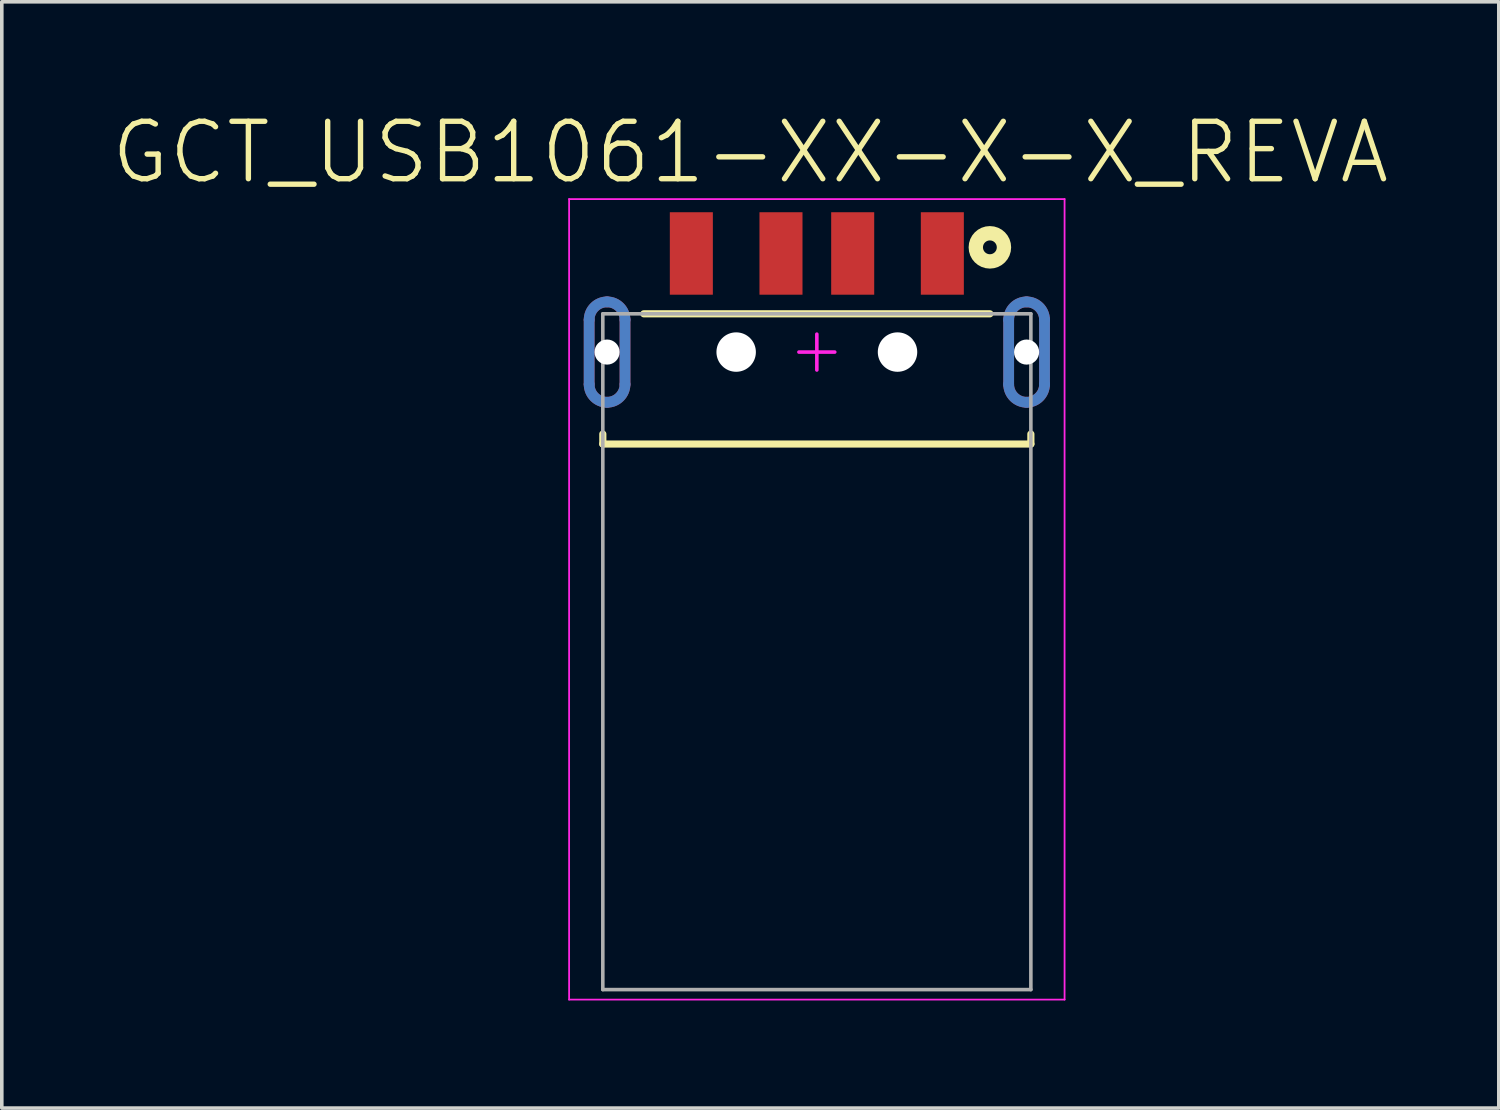
<source format=kicad_pcb>
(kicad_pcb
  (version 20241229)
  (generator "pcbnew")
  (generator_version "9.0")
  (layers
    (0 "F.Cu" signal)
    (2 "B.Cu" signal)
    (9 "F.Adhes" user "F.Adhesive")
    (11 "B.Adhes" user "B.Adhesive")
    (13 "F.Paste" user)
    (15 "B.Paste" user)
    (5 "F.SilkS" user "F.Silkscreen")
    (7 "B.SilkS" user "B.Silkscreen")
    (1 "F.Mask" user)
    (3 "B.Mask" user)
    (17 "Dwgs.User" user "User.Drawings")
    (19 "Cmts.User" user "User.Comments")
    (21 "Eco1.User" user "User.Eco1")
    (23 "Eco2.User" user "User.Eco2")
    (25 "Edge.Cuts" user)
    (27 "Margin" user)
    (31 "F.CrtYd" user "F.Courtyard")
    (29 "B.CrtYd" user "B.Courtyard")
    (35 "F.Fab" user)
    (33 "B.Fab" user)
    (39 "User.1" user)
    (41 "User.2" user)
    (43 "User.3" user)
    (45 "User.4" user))
  (footprint "GCT_USB1061-XX-X-X_REVA"
    (layer "F.Cu")
    (at 19.731 6.769)
    (property "Reference" "GCT_USB1061-XX-X-X_REVA" (at -1.856 -5.568 0) (layer "F.SilkS") (effects (font (size 1.602 1.602) (thickness 0.15))))
    (attr through_hole)
    (fp_line (start -6.35 0.9) (end -6.35 -0.9) (stroke (width 0.3) (type solid)) (layer "F.Cu"))
    (fp_line (start -5.35 -0.9) (end -5.35 0.9) (stroke (width 0.3) (type solid)) (layer "F.Cu"))
    (fp_line (start 5.35 0.9) (end 5.35 -0.9) (stroke (width 0.3) (type solid)) (layer "F.Cu"))
    (fp_line (start 6.35 -0.9) (end 6.35 0.9) (stroke (width 0.3) (type solid)) (layer "F.Cu"))
    (fp_arc (start -6.35 -0.9) (mid -6.203553 -1.253553) (end -5.85 -1.4) (stroke (width 0.3) (type solid)) (layer "F.Cu"))
    (fp_arc (start -5.85 -1.4) (mid -5.496447 -1.253553) (end -5.35 -0.9) (stroke (width 0.3) (type solid)) (layer "F.Cu"))
    (fp_arc (start -5.85 1.4) (mid -6.203553 1.253553) (end -6.35 0.9) (stroke (width 0.3) (type solid)) (layer "F.Cu"))
    (fp_arc (start -5.35 0.9) (mid -5.496447 1.253553) (end -5.85 1.4) (stroke (width 0.3) (type solid)) (layer "F.Cu"))
    (fp_arc (start 5.35 -0.9) (mid 5.496447 -1.253553) (end 5.85 -1.4) (stroke (width 0.3) (type solid)) (layer "F.Cu"))
    (fp_arc (start 5.85 -1.4) (mid 6.203553 -1.253553) (end 6.35 -0.9) (stroke (width 0.3) (type solid)) (layer "F.Cu"))
    (fp_arc (start 5.85 1.4) (mid 5.496447 1.253553) (end 5.35 0.9) (stroke (width 0.3) (type solid)) (layer "F.Cu"))
    (fp_arc (start 6.35 0.9) (mid 6.203553 1.253553) (end 5.85 1.4) (stroke (width 0.3) (type solid)) (layer "F.Cu"))
    (fp_poly (pts (xy -6.55 0.9) (xy -6.55 -0.9) (xy -6.549 -0.937) (xy -6.546 -0.973) (xy -6.541 -1.01) (xy -6.535 -1.046) (xy -6.526 -1.081) (xy -6.516 -1.116) (xy -6.504 -1.151) (xy -6.489 -1.185) (xy -6.474 -1.218) (xy -6.456 -1.25) (xy -6.437 -1.281) (xy -6.416 -1.311) (xy -6.394 -1.341) (xy -6.37 -1.368) (xy -6.345 -1.395) (xy -6.318 -1.42) (xy -6.291 -1.444) (xy -6.261 -1.466) (xy -6.231 -1.487) (xy -6.2 -1.506) (xy -6.168 -1.524) (xy -6.135 -1.539) (xy -6.101 -1.554) (xy -6.066 -1.566) (xy -6.031 -1.576) (xy -5.996 -1.585) (xy -5.96 -1.591) (xy -5.923 -1.596) (xy -5.887 -1.599) (xy -5.85 -1.6) (xy -5.813 -1.599) (xy -5.777 -1.596) (xy -5.74 -1.591) (xy -5.704 -1.585) (xy -5.669 -1.576) (xy -5.634 -1.566) (xy -5.599 -1.554) (xy -5.565 -1.539) (xy -5.532 -1.524) (xy -5.5 -1.506) (xy -5.469 -1.487) (xy -5.439 -1.466) (xy -5.409 -1.444) (xy -5.382 -1.42) (xy -5.355 -1.395) (xy -5.33 -1.368) (xy -5.306 -1.341) (xy -5.284 -1.311) (xy -5.263 -1.281) (xy -5.244 -1.25) (xy -5.226 -1.218) (xy -5.211 -1.185) (xy -5.196 -1.151) (xy -5.184 -1.116) (xy -5.174 -1.081) (xy -5.165 -1.046) (xy -5.159 -1.01) (xy -5.154 -0.973) (xy -5.151 -0.937) (xy -5.15 -0.9) (xy -5.15 0.9) (xy -5.151 0.937) (xy -5.154 0.973) (xy -5.159 1.01) (xy -5.165 1.046) (xy -5.174 1.081) (xy -5.184 1.116) (xy -5.196 1.151) (xy -5.211 1.185) (xy -5.226 1.218) (xy -5.244 1.25) (xy -5.263 1.281) (xy -5.284 1.311) (xy -5.306 1.341) (xy -5.33 1.368) (xy -5.355 1.395) (xy -5.382 1.42) (xy -5.409 1.444) (xy -5.439 1.466) (xy -5.469 1.487) (xy -5.5 1.506) (xy -5.532 1.524) (xy -5.565 1.539) (xy -5.599 1.554) (xy -5.634 1.566) (xy -5.669 1.576) (xy -5.704 1.585) (xy -5.74 1.591) (xy -5.777 1.596) (xy -5.813 1.599) (xy -5.85 1.6) (xy -5.887 1.599) (xy -5.923 1.596) (xy -5.96 1.591) (xy -5.996 1.585) (xy -6.031 1.576) (xy -6.066 1.566) (xy -6.101 1.554) (xy -6.135 1.539) (xy -6.168 1.524) (xy -6.2 1.506) (xy -6.231 1.487) (xy -6.261 1.466) (xy -6.291 1.444) (xy -6.318 1.42) (xy -6.345 1.395) (xy -6.37 1.368) (xy -6.394 1.341) (xy -6.416 1.311) (xy -6.437 1.281) (xy -6.456 1.25) (xy -6.474 1.218) (xy -6.489 1.185) (xy -6.504 1.151) (xy -6.516 1.116) (xy -6.526 1.081) (xy -6.535 1.046) (xy -6.541 1.01) (xy -6.546 0.973) (xy -6.549 0.937) (xy -6.55 0.9)) (stroke (width 0.001) (type solid)) (fill yes) (layer "F.Mask"))
    (fp_poly (pts (xy 5.15 0.9) (xy 5.15 -0.9) (xy 5.151 -0.937) (xy 5.154 -0.973) (xy 5.159 -1.01) (xy 5.165 -1.046) (xy 5.174 -1.081) (xy 5.184 -1.116) (xy 5.196 -1.151) (xy 5.211 -1.185) (xy 5.226 -1.218) (xy 5.244 -1.25) (xy 5.263 -1.281) (xy 5.284 -1.311) (xy 5.306 -1.341) (xy 5.33 -1.368) (xy 5.355 -1.395) (xy 5.382 -1.42) (xy 5.409 -1.444) (xy 5.439 -1.466) (xy 5.469 -1.487) (xy 5.5 -1.506) (xy 5.532 -1.524) (xy 5.565 -1.539) (xy 5.599 -1.554) (xy 5.634 -1.566) (xy 5.669 -1.576) (xy 5.704 -1.585) (xy 5.74 -1.591) (xy 5.777 -1.596) (xy 5.813 -1.599) (xy 5.85 -1.6) (xy 5.887 -1.599) (xy 5.923 -1.596) (xy 5.96 -1.591) (xy 5.996 -1.585) (xy 6.031 -1.576) (xy 6.066 -1.566) (xy 6.101 -1.554) (xy 6.135 -1.539) (xy 6.168 -1.524) (xy 6.2 -1.506) (xy 6.231 -1.487) (xy 6.261 -1.466) (xy 6.291 -1.444) (xy 6.318 -1.42) (xy 6.345 -1.395) (xy 6.37 -1.368) (xy 6.394 -1.341) (xy 6.416 -1.311) (xy 6.437 -1.281) (xy 6.456 -1.25) (xy 6.474 -1.218) (xy 6.489 -1.185) (xy 6.504 -1.151) (xy 6.516 -1.116) (xy 6.526 -1.081) (xy 6.535 -1.046) (xy 6.541 -1.01) (xy 6.546 -0.973) (xy 6.549 -0.937) (xy 6.55 -0.9) (xy 6.55 0.9) (xy 6.549 0.937) (xy 6.546 0.973) (xy 6.541 1.01) (xy 6.535 1.046) (xy 6.526 1.081) (xy 6.516 1.116) (xy 6.504 1.151) (xy 6.489 1.185) (xy 6.474 1.218) (xy 6.456 1.25) (xy 6.437 1.281) (xy 6.416 1.311) (xy 6.394 1.341) (xy 6.37 1.368) (xy 6.345 1.395) (xy 6.318 1.42) (xy 6.291 1.444) (xy 6.261 1.466) (xy 6.231 1.487) (xy 6.2 1.506) (xy 6.168 1.524) (xy 6.135 1.539) (xy 6.101 1.554) (xy 6.066 1.566) (xy 6.031 1.576) (xy 5.996 1.585) (xy 5.96 1.591) (xy 5.923 1.596) (xy 5.887 1.599) (xy 5.85 1.6) (xy 5.813 1.599) (xy 5.777 1.596) (xy 5.74 1.591) (xy 5.704 1.585) (xy 5.669 1.576) (xy 5.634 1.566) (xy 5.599 1.554) (xy 5.565 1.539) (xy 5.532 1.524) (xy 5.5 1.506) (xy 5.469 1.487) (xy 5.439 1.466) (xy 5.409 1.444) (xy 5.382 1.42) (xy 5.355 1.395) (xy 5.33 1.368) (xy 5.306 1.341) (xy 5.284 1.311) (xy 5.263 1.281) (xy 5.244 1.25) (xy 5.226 1.218) (xy 5.211 1.185) (xy 5.196 1.151) (xy 5.184 1.116) (xy 5.174 1.081) (xy 5.165 1.046) (xy 5.159 1.01) (xy 5.154 0.973) (xy 5.151 0.937) (xy 5.15 0.9)) (stroke (width 0.001) (type solid)) (fill yes) (layer "F.Mask"))
    (fp_line (start -6.35 0.9) (end -6.35 -0.9) (stroke (width 0.3) (type solid)) (layer "B.Cu"))
    (fp_line (start -5.35 -0.9) (end -5.35 0.9) (stroke (width 0.3) (type solid)) (layer "B.Cu"))
    (fp_line (start 5.35 0.9) (end 5.35 -0.9) (stroke (width 0.3) (type solid)) (layer "B.Cu"))
    (fp_line (start 6.35 -0.9) (end 6.35 0.9) (stroke (width 0.3) (type solid)) (layer "B.Cu"))
    (fp_arc (start -6.35 -0.9) (mid -6.203553 -1.253553) (end -5.85 -1.4) (stroke (width 0.3) (type solid)) (layer "B.Cu"))
    (fp_arc (start -5.85 -1.4) (mid -5.496447 -1.253553) (end -5.35 -0.9) (stroke (width 0.3) (type solid)) (layer "B.Cu"))
    (fp_arc (start -5.85 1.4) (mid -6.203553 1.253553) (end -6.35 0.9) (stroke (width 0.3) (type solid)) (layer "B.Cu"))
    (fp_arc (start -5.35 0.9) (mid -5.496447 1.253553) (end -5.85 1.4) (stroke (width 0.3) (type solid)) (layer "B.Cu"))
    (fp_arc (start 5.35 -0.9) (mid 5.496447 -1.253553) (end 5.85 -1.4) (stroke (width 0.3) (type solid)) (layer "B.Cu"))
    (fp_arc (start 5.85 -1.4) (mid 6.203553 -1.253553) (end 6.35 -0.9) (stroke (width 0.3) (type solid)) (layer "B.Cu"))
    (fp_arc (start 5.85 1.4) (mid 5.496447 1.253553) (end 5.35 0.9) (stroke (width 0.3) (type solid)) (layer "B.Cu"))
    (fp_arc (start 6.35 0.9) (mid 6.203553 1.253553) (end 5.85 1.4) (stroke (width 0.3) (type solid)) (layer "B.Cu"))
    (fp_poly (pts (xy -6.55 0.9) (xy -6.55 -0.9) (xy -6.549 -0.937) (xy -6.546 -0.973) (xy -6.541 -1.01) (xy -6.535 -1.046) (xy -6.526 -1.081) (xy -6.516 -1.116) (xy -6.504 -1.151) (xy -6.489 -1.185) (xy -6.474 -1.218) (xy -6.456 -1.25) (xy -6.437 -1.281) (xy -6.416 -1.311) (xy -6.394 -1.341) (xy -6.37 -1.368) (xy -6.345 -1.395) (xy -6.318 -1.42) (xy -6.291 -1.444) (xy -6.261 -1.466) (xy -6.231 -1.487) (xy -6.2 -1.506) (xy -6.168 -1.524) (xy -6.135 -1.539) (xy -6.101 -1.554) (xy -6.066 -1.566) (xy -6.031 -1.576) (xy -5.996 -1.585) (xy -5.96 -1.591) (xy -5.923 -1.596) (xy -5.887 -1.599) (xy -5.85 -1.6) (xy -5.813 -1.599) (xy -5.777 -1.596) (xy -5.74 -1.591) (xy -5.704 -1.585) (xy -5.669 -1.576) (xy -5.634 -1.566) (xy -5.599 -1.554) (xy -5.565 -1.539) (xy -5.532 -1.524) (xy -5.5 -1.506) (xy -5.469 -1.487) (xy -5.439 -1.466) (xy -5.409 -1.444) (xy -5.382 -1.42) (xy -5.355 -1.395) (xy -5.33 -1.368) (xy -5.306 -1.341) (xy -5.284 -1.311) (xy -5.263 -1.281) (xy -5.244 -1.25) (xy -5.226 -1.218) (xy -5.211 -1.185) (xy -5.196 -1.151) (xy -5.184 -1.116) (xy -5.174 -1.081) (xy -5.165 -1.046) (xy -5.159 -1.01) (xy -5.154 -0.973) (xy -5.151 -0.937) (xy -5.15 -0.9) (xy -5.15 0.9) (xy -5.151 0.937) (xy -5.154 0.973) (xy -5.159 1.01) (xy -5.165 1.046) (xy -5.174 1.081) (xy -5.184 1.116) (xy -5.196 1.151) (xy -5.211 1.185) (xy -5.226 1.218) (xy -5.244 1.25) (xy -5.263 1.281) (xy -5.284 1.311) (xy -5.306 1.341) (xy -5.33 1.368) (xy -5.355 1.395) (xy -5.382 1.42) (xy -5.409 1.444) (xy -5.439 1.466) (xy -5.469 1.487) (xy -5.5 1.506) (xy -5.532 1.524) (xy -5.565 1.539) (xy -5.599 1.554) (xy -5.634 1.566) (xy -5.669 1.576) (xy -5.704 1.585) (xy -5.74 1.591) (xy -5.777 1.596) (xy -5.813 1.599) (xy -5.85 1.6) (xy -5.887 1.599) (xy -5.923 1.596) (xy -5.96 1.591) (xy -5.996 1.585) (xy -6.031 1.576) (xy -6.066 1.566) (xy -6.101 1.554) (xy -6.135 1.539) (xy -6.168 1.524) (xy -6.2 1.506) (xy -6.231 1.487) (xy -6.261 1.466) (xy -6.291 1.444) (xy -6.318 1.42) (xy -6.345 1.395) (xy -6.37 1.368) (xy -6.394 1.341) (xy -6.416 1.311) (xy -6.437 1.281) (xy -6.456 1.25) (xy -6.474 1.218) (xy -6.489 1.185) (xy -6.504 1.151) (xy -6.516 1.116) (xy -6.526 1.081) (xy -6.535 1.046) (xy -6.541 1.01) (xy -6.546 0.973) (xy -6.549 0.937) (xy -6.55 0.9)) (stroke (width 0.001) (type solid)) (fill yes) (layer "B.Mask"))
    (fp_poly (pts (xy 5.15 0.9) (xy 5.15 -0.9) (xy 5.151 -0.937) (xy 5.154 -0.973) (xy 5.159 -1.01) (xy 5.165 -1.046) (xy 5.174 -1.081) (xy 5.184 -1.116) (xy 5.196 -1.151) (xy 5.211 -1.185) (xy 5.226 -1.218) (xy 5.244 -1.25) (xy 5.263 -1.281) (xy 5.284 -1.311) (xy 5.306 -1.341) (xy 5.33 -1.368) (xy 5.355 -1.395) (xy 5.382 -1.42) (xy 5.409 -1.444) (xy 5.439 -1.466) (xy 5.469 -1.487) (xy 5.5 -1.506) (xy 5.532 -1.524) (xy 5.565 -1.539) (xy 5.599 -1.554) (xy 5.634 -1.566) (xy 5.669 -1.576) (xy 5.704 -1.585) (xy 5.74 -1.591) (xy 5.777 -1.596) (xy 5.813 -1.599) (xy 5.85 -1.6) (xy 5.887 -1.599) (xy 5.923 -1.596) (xy 5.96 -1.591) (xy 5.996 -1.585) (xy 6.031 -1.576) (xy 6.066 -1.566) (xy 6.101 -1.554) (xy 6.135 -1.539) (xy 6.168 -1.524) (xy 6.2 -1.506) (xy 6.231 -1.487) (xy 6.261 -1.466) (xy 6.291 -1.444) (xy 6.318 -1.42) (xy 6.345 -1.395) (xy 6.37 -1.368) (xy 6.394 -1.341) (xy 6.416 -1.311) (xy 6.437 -1.281) (xy 6.456 -1.25) (xy 6.474 -1.218) (xy 6.489 -1.185) (xy 6.504 -1.151) (xy 6.516 -1.116) (xy 6.526 -1.081) (xy 6.535 -1.046) (xy 6.541 -1.01) (xy 6.546 -0.973) (xy 6.549 -0.937) (xy 6.55 -0.9) (xy 6.55 0.9) (xy 6.549 0.937) (xy 6.546 0.973) (xy 6.541 1.01) (xy 6.535 1.046) (xy 6.526 1.081) (xy 6.516 1.116) (xy 6.504 1.151) (xy 6.489 1.185) (xy 6.474 1.218) (xy 6.456 1.25) (xy 6.437 1.281) (xy 6.416 1.311) (xy 6.394 1.341) (xy 6.37 1.368) (xy 6.345 1.395) (xy 6.318 1.42) (xy 6.291 1.444) (xy 6.261 1.466) (xy 6.231 1.487) (xy 6.2 1.506) (xy 6.168 1.524) (xy 6.135 1.539) (xy 6.101 1.554) (xy 6.066 1.566) (xy 6.031 1.576) (xy 5.996 1.585) (xy 5.96 1.591) (xy 5.923 1.596) (xy 5.887 1.599) (xy 5.85 1.6) (xy 5.813 1.599) (xy 5.777 1.596) (xy 5.74 1.591) (xy 5.704 1.585) (xy 5.669 1.576) (xy 5.634 1.566) (xy 5.599 1.554) (xy 5.565 1.539) (xy 5.532 1.524) (xy 5.5 1.506) (xy 5.469 1.487) (xy 5.439 1.466) (xy 5.409 1.444) (xy 5.382 1.42) (xy 5.355 1.395) (xy 5.33 1.368) (xy 5.306 1.341) (xy 5.284 1.311) (xy 5.263 1.281) (xy 5.244 1.25) (xy 5.226 1.218) (xy 5.211 1.185) (xy 5.196 1.151) (xy 5.184 1.116) (xy 5.174 1.081) (xy 5.165 1.046) (xy 5.159 1.01) (xy 5.154 0.973) (xy 5.151 0.937) (xy 5.15 0.9)) (stroke (width 0.001) (type solid)) (fill yes) (layer "B.Mask"))
    (fp_line (start -5.969 2.565) (end -5.969 2.286) (stroke (width 0.2) (type solid)) (layer "F.SilkS"))
    (fp_line (start -5.969 2.565) (end 5.969 2.565) (stroke (width 0.2) (type solid)) (layer "F.SilkS"))
    (fp_line (start -4.826 -1.067) (end 4.826 -1.067) (stroke (width 0.2) (type solid)) (layer "F.SilkS"))
    (fp_line (start 5.969 2.565) (end 5.969 2.286) (stroke (width 0.2) (type solid)) (layer "F.SilkS"))
    (fp_circle (center 4.826 -2.921) (end 5.019 -2.921) (stroke (width 0.4) (type solid)) (fill no) (layer "F.SilkS"))
    (fp_line (start -6.35 0.9) (end -6.35 -0.9) (stroke (width 0.3) (type solid)) (layer "F.Paste"))
    (fp_line (start -5.35 -0.9) (end -5.35 0.9) (stroke (width 0.3) (type solid)) (layer "F.Paste"))
    (fp_line (start 5.35 0.9) (end 5.35 -0.9) (stroke (width 0.3) (type solid)) (layer "F.Paste"))
    (fp_line (start 6.35 -0.9) (end 6.35 0.9) (stroke (width 0.3) (type solid)) (layer "F.Paste"))
    (fp_arc (start -6.35 -0.9) (mid -6.203553 -1.253553) (end -5.85 -1.4) (stroke (width 0.3) (type solid)) (layer "F.Paste"))
    (fp_arc (start -5.85 -1.4) (mid -5.496447 -1.253553) (end -5.35 -0.9) (stroke (width 0.3) (type solid)) (layer "F.Paste"))
    (fp_arc (start -5.85 1.4) (mid -6.203553 1.253553) (end -6.35 0.9) (stroke (width 0.3) (type solid)) (layer "F.Paste"))
    (fp_arc (start -5.35 0.9) (mid -5.496447 1.253553) (end -5.85 1.4) (stroke (width 0.3) (type solid)) (layer "F.Paste"))
    (fp_arc (start 5.35 -0.9) (mid 5.496447 -1.253553) (end 5.85 -1.4) (stroke (width 0.3) (type solid)) (layer "F.Paste"))
    (fp_arc (start 5.85 -1.4) (mid 6.203553 -1.253553) (end 6.35 -0.9) (stroke (width 0.3) (type solid)) (layer "F.Paste"))
    (fp_arc (start 5.85 1.4) (mid 5.496447 1.253553) (end 5.35 0.9) (stroke (width 0.3) (type solid)) (layer "F.Paste"))
    (fp_arc (start 6.35 0.9) (mid 6.203553 1.253553) (end 5.85 1.4) (stroke (width 0.3) (type solid)) (layer "F.Paste"))
    (fp_line (start -6.35 0.9) (end -6.35 -0.9) (stroke (width 0.3) (type solid)) (layer "B.Paste"))
    (fp_line (start -5.35 -0.9) (end -5.35 0.9) (stroke (width 0.3) (type solid)) (layer "B.Paste"))
    (fp_line (start 5.35 0.9) (end 5.35 -0.9) (stroke (width 0.3) (type solid)) (layer "B.Paste"))
    (fp_line (start 6.35 -0.9) (end 6.35 0.9) (stroke (width 0.3) (type solid)) (layer "B.Paste"))
    (fp_arc (start -6.35 -0.9) (mid -6.203553 -1.253553) (end -5.85 -1.4) (stroke (width 0.3) (type solid)) (layer "B.Paste"))
    (fp_arc (start -5.85 -1.4) (mid -5.496447 -1.253553) (end -5.35 -0.9) (stroke (width 0.3) (type solid)) (layer "B.Paste"))
    (fp_arc (start -5.85 1.4) (mid -6.203553 1.253553) (end -6.35 0.9) (stroke (width 0.3) (type solid)) (layer "B.Paste"))
    (fp_arc (start -5.35 0.9) (mid -5.496447 1.253553) (end -5.85 1.4) (stroke (width 0.3) (type solid)) (layer "B.Paste"))
    (fp_arc (start 5.35 -0.9) (mid 5.496447 -1.253553) (end 5.85 -1.4) (stroke (width 0.3) (type solid)) (layer "B.Paste"))
    (fp_arc (start 5.85 -1.4) (mid 6.203553 -1.253553) (end 6.35 -0.9) (stroke (width 0.3) (type solid)) (layer "B.Paste"))
    (fp_arc (start 5.85 1.4) (mid 5.496447 1.253553) (end 5.35 0.9) (stroke (width 0.3) (type solid)) (layer "B.Paste"))
    (fp_arc (start 6.35 0.9) (mid 6.203553 1.253553) (end 5.85 1.4) (stroke (width 0.3) (type solid)) (layer "B.Paste"))
    (fp_line (start -6.2 0.9) (end -6.2 -0.9) (stroke (width 0.001) (type solid)) (layer "Edge.Cuts"))
    (fp_line (start -5.5 -0.9) (end -5.5 0.9) (stroke (width 0.001) (type solid)) (layer "Edge.Cuts"))
    (fp_line (start 5.5 0.9) (end 5.5 -0.9) (stroke (width 0.001) (type solid)) (layer "Edge.Cuts"))
    (fp_line (start 6.2 -0.9) (end 6.2 0.9) (stroke (width 0.001) (type solid)) (layer "Edge.Cuts"))
    (fp_arc (start -6.2 -0.9) (mid -6.097487 -1.147487) (end -5.85 -1.25) (stroke (width 0.001) (type solid)) (layer "Edge.Cuts"))
    (fp_arc (start -5.85 -1.25) (mid -5.602513 -1.147487) (end -5.5 -0.9) (stroke (width 0.001) (type solid)) (layer "Edge.Cuts"))
    (fp_arc (start -5.85 1.25) (mid -6.097487 1.147487) (end -6.2 0.9) (stroke (width 0.001) (type solid)) (layer "Edge.Cuts"))
    (fp_arc (start -5.5 0.9) (mid -5.602513 1.147487) (end -5.85 1.25) (stroke (width 0.001) (type solid)) (layer "Edge.Cuts"))
    (fp_arc (start 5.5 -0.9) (mid 5.602513 -1.147487) (end 5.85 -1.25) (stroke (width 0.001) (type solid)) (layer "Edge.Cuts"))
    (fp_arc (start 5.85 -1.25) (mid 6.097487 -1.147487) (end 6.2 -0.9) (stroke (width 0.001) (type solid)) (layer "Edge.Cuts"))
    (fp_arc (start 5.85 1.25) (mid 5.602513 1.147487) (end 5.5 0.9) (stroke (width 0.001) (type solid)) (layer "Edge.Cuts"))
    (fp_arc (start 6.2 0.9) (mid 6.097487 1.147487) (end 5.85 1.25) (stroke (width 0.001) (type solid)) (layer "Edge.Cuts"))
    (fp_line (start -6.909 -4.267) (end 6.909 -4.267) (stroke (width 0.05) (type solid)) (layer "F.CrtYd"))
    (fp_line (start -6.909 18.059) (end -6.909 -4.267) (stroke (width 0.05) (type solid)) (layer "F.CrtYd"))
    (fp_line (start -6.909 18.059) (end 6.909 18.059) (stroke (width 0.05) (type solid)) (layer "F.CrtYd"))
    (fp_line (start -0.5 0) (end 0.5 0) (stroke (width 0.1) (type solid)) (layer "F.CrtYd"))
    (fp_line (start 0 0.5) (end 0 -0.5) (stroke (width 0.1) (type solid)) (layer "F.CrtYd"))
    (fp_line (start 6.909 18.059) (end 6.909 -4.267) (stroke (width 0.05) (type solid)) (layer "F.CrtYd"))
    (fp_line (start -5.969 -1.067) (end 5.969 -1.067) (stroke (width 0.1) (type solid)) (layer "F.Fab"))
    (fp_line (start -5.969 17.78) (end -5.969 -1.066) (stroke (width 0.1) (type solid)) (layer "F.Fab"))
    (fp_line (start -5.969 17.78) (end 5.969 17.78) (stroke (width 0.1) (type solid)) (layer "F.Fab"))
    (fp_line (start 5.969 17.78) (end 5.969 -1.066) (stroke (width 0.1) (type solid)) (layer "F.Fab"))
    (pad "" np_thru_hole circle (at -5.85 0) (size 0.7 0.7) (drill 0.7) (layers "*.Cu" "*.Mask"))
    (pad "" np_thru_hole circle (at -2.25 0) (size 1.1 1.1) (drill 1.1) (layers "*.Cu" "*.Mask"))
    (pad "" np_thru_hole circle (at 2.25 0) (size 1.1 1.1) (drill 1.1) (layers "*.Cu" "*.Mask"))
    (pad "" np_thru_hole circle (at 5.85 0) (size 0.7 0.7) (drill 0.7) (layers "*.Cu" "*.Mask"))
    (pad "1" smd rect (at 3.5 -2.75) (size 1.2 2.3) (layers "F.Cu" "F.Mask" "F.Paste"))
    (pad "2" smd rect (at 1 -2.75) (size 1.2 2.3) (layers "F.Cu" "F.Mask" "F.Paste"))
    (pad "3" smd rect (at -1 -2.75) (size 1.2 2.3) (layers "F.Cu" "F.Mask" "F.Paste"))
    (pad "4" smd rect (at -3.5 -2.75) (size 1.2 2.3) (layers "F.Cu" "F.Mask" "F.Paste"))
    (pad "5" smd rect (at -5.85 -1.4) (size 0.2 0.2) (layers "F.Cu"))
    (pad "6" smd rect (at 5.85 -1.4) (size 0.2 0.2) (layers "F.Cu")))
  (gr_rect
    (start -3 -3)
    (end 38.75 27.853)
    (stroke (width 0.1) (type default))
    (fill no)
    (layer "Edge.Cuts")))
</source>
